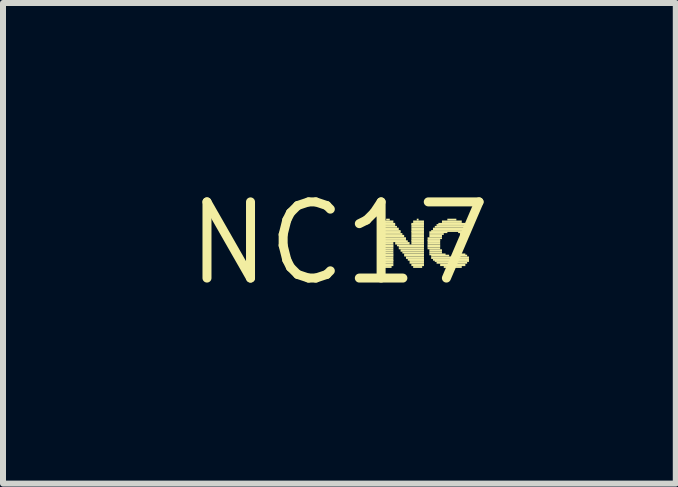
<source format=kicad_pcb>
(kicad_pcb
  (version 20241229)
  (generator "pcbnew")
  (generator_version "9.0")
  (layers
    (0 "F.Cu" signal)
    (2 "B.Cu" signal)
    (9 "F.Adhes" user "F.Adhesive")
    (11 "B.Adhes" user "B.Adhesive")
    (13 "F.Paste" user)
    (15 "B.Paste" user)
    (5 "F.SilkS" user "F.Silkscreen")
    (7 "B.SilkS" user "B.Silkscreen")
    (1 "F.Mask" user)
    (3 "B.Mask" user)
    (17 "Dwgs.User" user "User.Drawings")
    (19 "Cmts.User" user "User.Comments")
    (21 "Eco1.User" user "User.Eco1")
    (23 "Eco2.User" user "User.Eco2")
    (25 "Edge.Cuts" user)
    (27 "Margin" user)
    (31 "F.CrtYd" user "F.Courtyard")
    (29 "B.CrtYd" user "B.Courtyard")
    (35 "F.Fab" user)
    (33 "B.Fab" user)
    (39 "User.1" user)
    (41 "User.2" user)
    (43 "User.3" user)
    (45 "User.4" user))
  (footprint "NC17"
    (layer "F.Cu")
    (at 2.608 1.006)
    (property "Reference" "NC17" (at 0 0 0) (layer "F.SilkS") (effects (font (size 1.27 1.27) (thickness 0.15))))
    (fp_poly (pts (xy 0.72 -0.34) (xy 0.9 -0.34) (xy 0.9 -0.38) (xy 0.72 -0.38)) (stroke (width 0) (type default)) (fill yes) (layer "F.SilkS"))
    (fp_poly (pts (xy 0.72 -0.31) (xy 0.93 -0.31) (xy 0.93 -0.34) (xy 0.72 -0.34)) (stroke (width 0) (type default)) (fill yes) (layer "F.SilkS"))
    (fp_poly (pts (xy 0.72 -0.29) (xy 0.93 -0.29) (xy 0.93 -0.32) (xy 0.72 -0.32)) (stroke (width 0) (type default)) (fill yes) (layer "F.SilkS"))
    (fp_poly (pts (xy 0.72 -0.26) (xy 0.96 -0.26) (xy 0.96 -0.29) (xy 0.72 -0.29)) (stroke (width 0) (type default)) (fill yes) (layer "F.SilkS"))
    (fp_poly (pts (xy 0.72 -0.22) (xy 0.99 -0.22) (xy 0.99 -0.26) (xy 0.72 -0.26)) (stroke (width 0) (type default)) (fill yes) (layer "F.SilkS"))
    (fp_poly (pts (xy 0.72 -0.19) (xy 1.02 -0.19) (xy 1.02 -0.22) (xy 0.72 -0.22)) (stroke (width 0) (type default)) (fill yes) (layer "F.SilkS"))
    (fp_poly (pts (xy 0.72 -0.17) (xy 1.02 -0.17) (xy 1.02 -0.2) (xy 0.72 -0.2)) (stroke (width 0) (type default)) (fill yes) (layer "F.SilkS"))
    (fp_poly (pts (xy 0.72 -0.14) (xy 1.05 -0.14) (xy 1.05 -0.17) (xy 0.72 -0.17)) (stroke (width 0) (type default)) (fill yes) (layer "F.SilkS"))
    (fp_poly (pts (xy 0.72 -0.1) (xy 1.08 -0.1) (xy 1.08 -0.14) (xy 0.72 -0.14)) (stroke (width 0) (type default)) (fill yes) (layer "F.SilkS"))
    (fp_poly (pts (xy 0.72 -0.07) (xy 1.11 -0.07) (xy 1.11 -0.1) (xy 0.72 -0.1)) (stroke (width 0) (type default)) (fill yes) (layer "F.SilkS"))
    (fp_poly (pts (xy 0.72 -0.04) (xy 1.11 -0.04) (xy 1.11 -0.07) (xy 0.72 -0.07)) (stroke (width 0) (type default)) (fill yes) (layer "F.SilkS"))
    (fp_poly (pts (xy 0.72 -0.02) (xy 1.14 -0.02) (xy 1.14 -0.05) (xy 0.72 -0.05)) (stroke (width 0) (type default)) (fill yes) (layer "F.SilkS"))
    (fp_poly (pts (xy 0.72 0.02) (xy 0.9 0.02) (xy 0.9 -0.02) (xy 0.72 -0.02)) (stroke (width 0) (type default)) (fill yes) (layer "F.SilkS"))
    (fp_poly (pts (xy 0.72 0.05) (xy 0.9 0.05) (xy 0.9 0.02) (xy 0.72 0.02)) (stroke (width 0) (type default)) (fill yes) (layer "F.SilkS"))
    (fp_poly (pts (xy 0.72 0.07) (xy 0.9 0.07) (xy 0.9 0.04) (xy 0.72 0.04)) (stroke (width 0) (type default)) (fill yes) (layer "F.SilkS"))
    (fp_poly (pts (xy 0.72 0.1) (xy 0.9 0.1) (xy 0.9 0.07) (xy 0.72 0.07)) (stroke (width 0) (type default)) (fill yes) (layer "F.SilkS"))
    (fp_poly (pts (xy 0.72 0.14) (xy 0.9 0.14) (xy 0.9 0.1) (xy 0.72 0.1)) (stroke (width 0) (type default)) (fill yes) (layer "F.SilkS"))
    (fp_poly (pts (xy 0.72 0.17) (xy 0.9 0.17) (xy 0.9 0.14) (xy 0.72 0.14)) (stroke (width 0) (type default)) (fill yes) (layer "F.SilkS"))
    (fp_poly (pts (xy 0.72 0.2) (xy 0.9 0.2) (xy 0.9 0.17) (xy 0.72 0.17)) (stroke (width 0) (type default)) (fill yes) (layer "F.SilkS"))
    (fp_poly (pts (xy 0.72 0.22) (xy 0.9 0.22) (xy 0.9 0.19) (xy 0.72 0.19)) (stroke (width 0) (type default)) (fill yes) (layer "F.SilkS"))
    (fp_poly (pts (xy 0.72 0.26) (xy 0.9 0.26) (xy 0.9 0.22) (xy 0.72 0.22)) (stroke (width 0) (type default)) (fill yes) (layer "F.SilkS"))
    (fp_poly (pts (xy 0.72 0.29) (xy 0.9 0.29) (xy 0.9 0.26) (xy 0.72 0.26)) (stroke (width 0) (type default)) (fill yes) (layer "F.SilkS"))
    (fp_poly (pts (xy 0.72 0.31) (xy 0.9 0.31) (xy 0.9 0.28) (xy 0.72 0.28)) (stroke (width 0) (type default)) (fill yes) (layer "F.SilkS"))
    (fp_poly (pts (xy 0.72 0.34) (xy 0.9 0.34) (xy 0.9 0.31) (xy 0.72 0.31)) (stroke (width 0) (type default)) (fill yes) (layer "F.SilkS"))
    (fp_poly (pts (xy 0.72 0.38) (xy 0.9 0.38) (xy 0.9 0.34) (xy 0.72 0.34)) (stroke (width 0) (type default)) (fill yes) (layer "F.SilkS"))
    (fp_poly (pts (xy 0.72 0.41) (xy 0.87 0.41) (xy 0.87 0.38) (xy 0.72 0.38)) (stroke (width 0) (type default)) (fill yes) (layer "F.SilkS"))
    (fp_poly (pts (xy 0.78 -0.38) (xy 0.84 -0.38) (xy 0.84 -0.41) (xy 0.78 -0.41)) (stroke (width 0) (type default)) (fill yes) (layer "F.SilkS"))
    (fp_poly (pts (xy 0.93 0.02) (xy 1.17 0.02) (xy 1.17 -0.02) (xy 0.93 -0.02)) (stroke (width 0) (type default)) (fill yes) (layer "F.SilkS"))
    (fp_poly (pts (xy 0.96 0.05) (xy 1.41 0.05) (xy 1.41 0.02) (xy 0.96 0.02)) (stroke (width 0) (type default)) (fill yes) (layer "F.SilkS"))
    (fp_poly (pts (xy 0.99 0.07) (xy 1.41 0.07) (xy 1.41 0.04) (xy 0.99 0.04)) (stroke (width 0) (type default)) (fill yes) (layer "F.SilkS"))
    (fp_poly (pts (xy 0.99 0.1) (xy 1.41 0.1) (xy 1.41 0.07) (xy 0.99 0.07)) (stroke (width 0) (type default)) (fill yes) (layer "F.SilkS"))
    (fp_poly (pts (xy 1.02 0.14) (xy 1.41 0.14) (xy 1.41 0.1) (xy 1.02 0.1)) (stroke (width 0) (type default)) (fill yes) (layer "F.SilkS"))
    (fp_poly (pts (xy 1.05 0.17) (xy 1.41 0.17) (xy 1.41 0.14) (xy 1.05 0.14)) (stroke (width 0) (type default)) (fill yes) (layer "F.SilkS"))
    (fp_poly (pts (xy 1.08 0.2) (xy 1.41 0.2) (xy 1.41 0.17) (xy 1.08 0.17)) (stroke (width 0) (type default)) (fill yes) (layer "F.SilkS"))
    (fp_poly (pts (xy 1.08 0.22) (xy 1.41 0.22) (xy 1.41 0.19) (xy 1.08 0.19)) (stroke (width 0) (type default)) (fill yes) (layer "F.SilkS"))
    (fp_poly (pts (xy 1.11 0.26) (xy 1.41 0.26) (xy 1.41 0.22) (xy 1.11 0.22)) (stroke (width 0) (type default)) (fill yes) (layer "F.SilkS"))
    (fp_poly (pts (xy 1.14 0.29) (xy 1.41 0.29) (xy 1.41 0.26) (xy 1.14 0.26)) (stroke (width 0) (type default)) (fill yes) (layer "F.SilkS"))
    (fp_poly (pts (xy 1.17 0.31) (xy 1.41 0.31) (xy 1.41 0.28) (xy 1.17 0.28)) (stroke (width 0) (type default)) (fill yes) (layer "F.SilkS"))
    (fp_poly (pts (xy 1.17 0.34) (xy 1.41 0.34) (xy 1.41 0.31) (xy 1.17 0.31)) (stroke (width 0) (type default)) (fill yes) (layer "F.SilkS"))
    (fp_poly (pts (xy 1.2 -0.31) (xy 1.41 -0.31) (xy 1.41 -0.34) (xy 1.2 -0.34)) (stroke (width 0) (type default)) (fill yes) (layer "F.SilkS"))
    (fp_poly (pts (xy 1.2 -0.29) (xy 1.41 -0.29) (xy 1.41 -0.32) (xy 1.2 -0.32)) (stroke (width 0) (type default)) (fill yes) (layer "F.SilkS"))
    (fp_poly (pts (xy 1.2 -0.26) (xy 1.41 -0.26) (xy 1.41 -0.29) (xy 1.2 -0.29)) (stroke (width 0) (type default)) (fill yes) (layer "F.SilkS"))
    (fp_poly (pts (xy 1.2 -0.22) (xy 1.41 -0.22) (xy 1.41 -0.26) (xy 1.2 -0.26)) (stroke (width 0) (type default)) (fill yes) (layer "F.SilkS"))
    (fp_poly (pts (xy 1.2 -0.19) (xy 1.41 -0.19) (xy 1.41 -0.22) (xy 1.2 -0.22)) (stroke (width 0) (type default)) (fill yes) (layer "F.SilkS"))
    (fp_poly (pts (xy 1.2 -0.17) (xy 1.41 -0.17) (xy 1.41 -0.2) (xy 1.2 -0.2)) (stroke (width 0) (type default)) (fill yes) (layer "F.SilkS"))
    (fp_poly (pts (xy 1.2 -0.14) (xy 1.41 -0.14) (xy 1.41 -0.17) (xy 1.2 -0.17)) (stroke (width 0) (type default)) (fill yes) (layer "F.SilkS"))
    (fp_poly (pts (xy 1.2 -0.1) (xy 1.41 -0.1) (xy 1.41 -0.14) (xy 1.2 -0.14)) (stroke (width 0) (type default)) (fill yes) (layer "F.SilkS"))
    (fp_poly (pts (xy 1.2 -0.07) (xy 1.41 -0.07) (xy 1.41 -0.1) (xy 1.2 -0.1)) (stroke (width 0) (type default)) (fill yes) (layer "F.SilkS"))
    (fp_poly (pts (xy 1.2 -0.04) (xy 1.41 -0.04) (xy 1.41 -0.07) (xy 1.2 -0.07)) (stroke (width 0) (type default)) (fill yes) (layer "F.SilkS"))
    (fp_poly (pts (xy 1.2 -0.02) (xy 1.41 -0.02) (xy 1.41 -0.05) (xy 1.2 -0.05)) (stroke (width 0) (type default)) (fill yes) (layer "F.SilkS"))
    (fp_poly (pts (xy 1.2 0.02) (xy 1.41 0.02) (xy 1.41 -0.02) (xy 1.2 -0.02)) (stroke (width 0) (type default)) (fill yes) (layer "F.SilkS"))
    (fp_poly (pts (xy 1.2 0.38) (xy 1.41 0.38) (xy 1.41 0.34) (xy 1.2 0.34)) (stroke (width 0) (type default)) (fill yes) (layer "F.SilkS"))
    (fp_poly (pts (xy 1.23 -0.34) (xy 1.41 -0.34) (xy 1.41 -0.38) (xy 1.23 -0.38)) (stroke (width 0) (type default)) (fill yes) (layer "F.SilkS"))
    (fp_poly (pts (xy 1.23 0.41) (xy 1.38 0.41) (xy 1.38 0.38) (xy 1.23 0.38)) (stroke (width 0) (type default)) (fill yes) (layer "F.SilkS"))
    (fp_poly (pts (xy 1.29 -0.38) (xy 1.32 -0.38) (xy 1.32 -0.41) (xy 1.29 -0.41)) (stroke (width 0) (type default)) (fill yes) (layer "F.SilkS"))
    (fp_poly (pts (xy 1.47 -0.07) (xy 1.71 -0.07) (xy 1.71 -0.1) (xy 1.47 -0.1)) (stroke (width 0) (type default)) (fill yes) (layer "F.SilkS"))
    (fp_poly (pts (xy 1.47 -0.04) (xy 1.68 -0.04) (xy 1.68 -0.07) (xy 1.47 -0.07)) (stroke (width 0) (type default)) (fill yes) (layer "F.SilkS"))
    (fp_poly (pts (xy 1.47 -0.02) (xy 1.68 -0.02) (xy 1.68 -0.05) (xy 1.47 -0.05)) (stroke (width 0) (type default)) (fill yes) (layer "F.SilkS"))
    (fp_poly (pts (xy 1.47 0.02) (xy 1.68 0.02) (xy 1.68 -0.02) (xy 1.47 -0.02)) (stroke (width 0) (type default)) (fill yes) (layer "F.SilkS"))
    (fp_poly (pts (xy 1.47 0.05) (xy 1.68 0.05) (xy 1.68 0.02) (xy 1.47 0.02)) (stroke (width 0) (type default)) (fill yes) (layer "F.SilkS"))
    (fp_poly (pts (xy 1.47 0.07) (xy 1.68 0.07) (xy 1.68 0.04) (xy 1.47 0.04)) (stroke (width 0) (type default)) (fill yes) (layer "F.SilkS"))
    (fp_poly (pts (xy 1.47 0.1) (xy 1.68 0.1) (xy 1.68 0.07) (xy 1.47 0.07)) (stroke (width 0) (type default)) (fill yes) (layer "F.SilkS"))
    (fp_poly (pts (xy 1.5 -0.17) (xy 1.8 -0.17) (xy 1.8 -0.2) (xy 1.5 -0.2)) (stroke (width 0) (type default)) (fill yes) (layer "F.SilkS"))
    (fp_poly (pts (xy 1.5 -0.14) (xy 1.74 -0.14) (xy 1.74 -0.17) (xy 1.5 -0.17)) (stroke (width 0) (type default)) (fill yes) (layer "F.SilkS"))
    (fp_poly (pts (xy 1.5 -0.1) (xy 1.71 -0.1) (xy 1.71 -0.14) (xy 1.5 -0.14)) (stroke (width 0) (type default)) (fill yes) (layer "F.SilkS"))
    (fp_poly (pts (xy 1.5 0.14) (xy 1.71 0.14) (xy 1.71 0.1) (xy 1.5 0.1)) (stroke (width 0) (type default)) (fill yes) (layer "F.SilkS"))
    (fp_poly (pts (xy 1.5 0.17) (xy 1.71 0.17) (xy 1.71 0.14) (xy 1.5 0.14)) (stroke (width 0) (type default)) (fill yes) (layer "F.SilkS"))
    (fp_poly (pts (xy 1.5 0.2) (xy 1.77 0.2) (xy 1.77 0.17) (xy 1.5 0.17)) (stroke (width 0) (type default)) (fill yes) (layer "F.SilkS"))
    (fp_poly (pts (xy 1.53 -0.19) (xy 2.16 -0.19) (xy 2.16 -0.22) (xy 1.53 -0.22)) (stroke (width 0) (type default)) (fill yes) (layer "F.SilkS"))
    (fp_poly (pts (xy 1.53 0.22) (xy 1.83 0.22) (xy 1.83 0.19) (xy 1.53 0.19)) (stroke (width 0) (type default)) (fill yes) (layer "F.SilkS"))
    (fp_poly (pts (xy 1.53 0.26) (xy 2.16 0.26) (xy 2.16 0.22) (xy 1.53 0.22)) (stroke (width 0) (type default)) (fill yes) (layer "F.SilkS"))
    (fp_poly (pts (xy 1.56 -0.22) (xy 2.16 -0.22) (xy 2.16 -0.26) (xy 1.56 -0.26)) (stroke (width 0) (type default)) (fill yes) (layer "F.SilkS"))
    (fp_poly (pts (xy 1.56 0.29) (xy 2.16 0.29) (xy 2.16 0.26) (xy 1.56 0.26)) (stroke (width 0) (type default)) (fill yes) (layer "F.SilkS"))
    (fp_poly (pts (xy 1.59 -0.26) (xy 2.16 -0.26) (xy 2.16 -0.29) (xy 1.59 -0.29)) (stroke (width 0) (type default)) (fill yes) (layer "F.SilkS"))
    (fp_poly (pts (xy 1.59 0.31) (xy 2.16 0.31) (xy 2.16 0.28) (xy 1.59 0.28)) (stroke (width 0) (type default)) (fill yes) (layer "F.SilkS"))
    (fp_poly (pts (xy 1.62 -0.29) (xy 2.16 -0.29) (xy 2.16 -0.32) (xy 1.62 -0.32)) (stroke (width 0) (type default)) (fill yes) (layer "F.SilkS"))
    (fp_poly (pts (xy 1.62 0.34) (xy 2.13 0.34) (xy 2.13 0.31) (xy 1.62 0.31)) (stroke (width 0) (type default)) (fill yes) (layer "F.SilkS"))
    (fp_poly (pts (xy 1.65 -0.31) (xy 2.1 -0.31) (xy 2.1 -0.34) (xy 1.65 -0.34)) (stroke (width 0) (type default)) (fill yes) (layer "F.SilkS"))
    (fp_poly (pts (xy 1.68 0.38) (xy 2.1 0.38) (xy 2.1 0.34) (xy 1.68 0.34)) (stroke (width 0) (type default)) (fill yes) (layer "F.SilkS"))
    (fp_poly (pts (xy 1.71 -0.34) (xy 2.04 -0.34) (xy 2.04 -0.38) (xy 1.71 -0.38)) (stroke (width 0) (type default)) (fill yes) (layer "F.SilkS"))
    (fp_poly (pts (xy 1.74 0.41) (xy 2.04 0.41) (xy 2.04 0.38) (xy 1.74 0.38)) (stroke (width 0) (type default)) (fill yes) (layer "F.SilkS"))
    (fp_poly (pts (xy 1.8 -0.38) (xy 1.95 -0.38) (xy 1.95 -0.41) (xy 1.8 -0.41)) (stroke (width 0) (type default)) (fill yes) (layer "F.SilkS"))
    (fp_poly (pts (xy 1.86 0.44) (xy 1.92 0.44) (xy 1.92 0.41) (xy 1.86 0.41)) (stroke (width 0) (type default)) (fill yes) (layer "F.SilkS"))
    (fp_poly (pts (xy 1.95 0.22) (xy 2.13 0.22) (xy 2.13 0.19) (xy 1.95 0.19)) (stroke (width 0) (type default)) (fill yes) (layer "F.SilkS"))
    (fp_poly (pts (xy 1.98 -0.17) (xy 2.13 -0.17) (xy 2.13 -0.2) (xy 1.98 -0.2)) (stroke (width 0) (type default)) (fill yes) (layer "F.SilkS"))
    (fp_poly (pts (xy 2.01 -0.14) (xy 2.1 -0.14) (xy 2.1 -0.17) (xy 2.01 -0.17)) (stroke (width 0) (type default)) (fill yes) (layer "F.SilkS"))
    (fp_poly (pts (xy 2.01 0.2) (xy 2.1 0.2) (xy 2.1 0.17) (xy 2.01 0.17)) (stroke (width 0) (type default)) (fill yes) (layer "F.SilkS")))
  (gr_rect
    (start -3 -3)
    (end 8.216 5.012)
    (stroke (width 0.1) (type default))
    (fill no)
    (layer "Edge.Cuts")))
</source>
